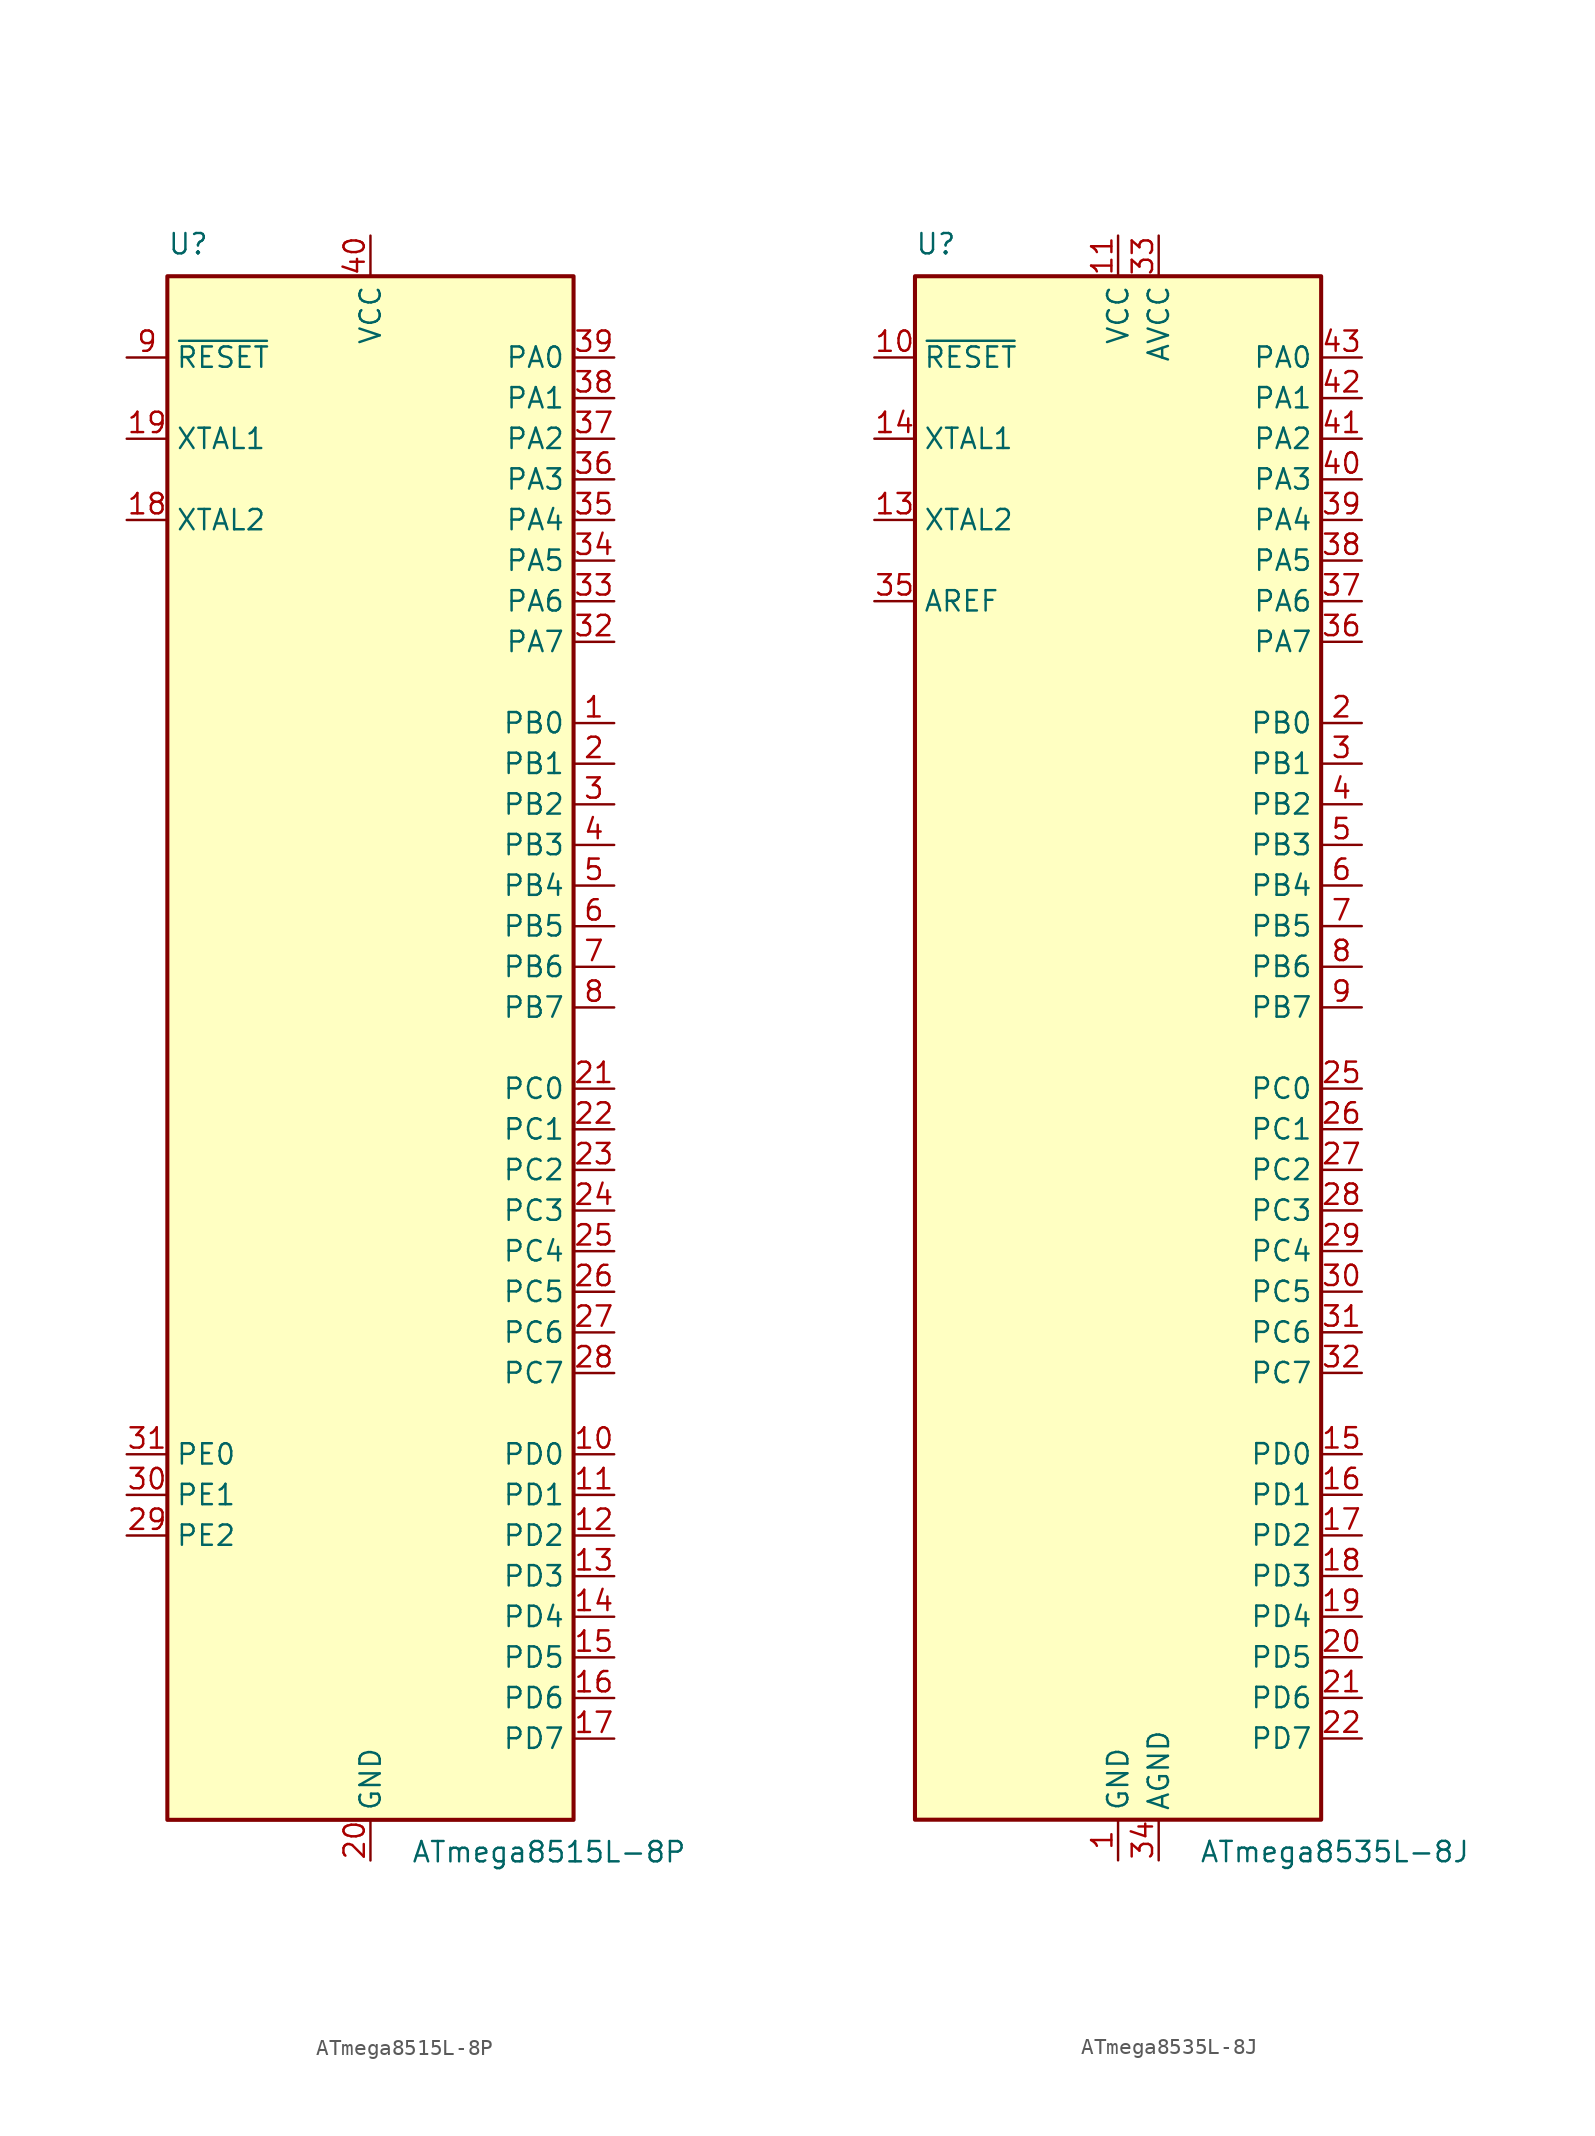
<source format=kicad_sym>
(kicad_symbol_lib
  (version 20220914)
  (generator kicad_symbol_editor)
  (symbol "ATmega8515L-8P"
    (property "Reference" "U"
      (at -12.7 49.53 0)
      (effects (font (size 1.27 1.27)) (justify left bottom)))
    (property "Value" "ATmega8515L-8P"
      (at 2.54 -49.53 0)
      (effects (font (size 1.27 1.27)) (justify left top)))
    (symbol "ATmega8515L-8P_0_1"
      (rectangle (start -12.7 -48.26) (end 12.7 48.26) (stroke (width 0.254) (type default)) (fill (type background))))
    (symbol "ATmega8515L-8P_1_1"
      (pin bidirectional line (at 15.24 20.32 180) (length 2.54) (name "PB0" (effects (font (size 1.27 1.27)))) (number "1" (effects (font (size 1.27 1.27)))))
      (pin bidirectional line (at 15.24 -25.4 180) (length 2.54) (name "PD0" (effects (font (size 1.27 1.27)))) (number "10" (effects (font (size 1.27 1.27)))))
      (pin bidirectional line (at 15.24 -27.94 180) (length 2.54) (name "PD1" (effects (font (size 1.27 1.27)))) (number "11" (effects (font (size 1.27 1.27)))))
      (pin bidirectional line (at 15.24 -30.48 180) (length 2.54) (name "PD2" (effects (font (size 1.27 1.27)))) (number "12" (effects (font (size 1.27 1.27)))))
      (pin bidirectional line (at 15.24 -33.02 180) (length 2.54) (name "PD3" (effects (font (size 1.27 1.27)))) (number "13" (effects (font (size 1.27 1.27)))))
      (pin bidirectional line (at 15.24 -35.56 180) (length 2.54) (name "PD4" (effects (font (size 1.27 1.27)))) (number "14" (effects (font (size 1.27 1.27)))))
      (pin bidirectional line (at 15.24 -38.1 180) (length 2.54) (name "PD5" (effects (font (size 1.27 1.27)))) (number "15" (effects (font (size 1.27 1.27)))))
      (pin bidirectional line (at 15.24 -40.64 180) (length 2.54) (name "PD6" (effects (font (size 1.27 1.27)))) (number "16" (effects (font (size 1.27 1.27)))))
      (pin bidirectional line (at 15.24 -43.18 180) (length 2.54) (name "PD7" (effects (font (size 1.27 1.27)))) (number "17" (effects (font (size 1.27 1.27)))))
      (pin output line (at -15.24 33.02 0) (length 2.54) (name "XTAL2" (effects (font (size 1.27 1.27)))) (number "18" (effects (font (size 1.27 1.27)))))
      (pin input line (at -15.24 38.1 0) (length 2.54) (name "XTAL1" (effects (font (size 1.27 1.27)))) (number "19" (effects (font (size 1.27 1.27)))))
      (pin bidirectional line (at 15.24 17.78 180) (length 2.54) (name "PB1" (effects (font (size 1.27 1.27)))) (number "2" (effects (font (size 1.27 1.27)))))
      (pin power_in line (at 0 -50.8 90) (length 2.54) (name "GND" (effects (font (size 1.27 1.27)))) (number "20" (effects (font (size 1.27 1.27)))))
      (pin bidirectional line (at 15.24 -2.54 180) (length 2.54) (name "PC0" (effects (font (size 1.27 1.27)))) (number "21" (effects (font (size 1.27 1.27)))))
      (pin bidirectional line (at 15.24 -5.08 180) (length 2.54) (name "PC1" (effects (font (size 1.27 1.27)))) (number "22" (effects (font (size 1.27 1.27)))))
      (pin bidirectional line (at 15.24 -7.62 180) (length 2.54) (name "PC2" (effects (font (size 1.27 1.27)))) (number "23" (effects (font (size 1.27 1.27)))))
      (pin bidirectional line (at 15.24 -10.16 180) (length 2.54) (name "PC3" (effects (font (size 1.27 1.27)))) (number "24" (effects (font (size 1.27 1.27)))))
      (pin bidirectional line (at 15.24 -12.7 180) (length 2.54) (name "PC4" (effects (font (size 1.27 1.27)))) (number "25" (effects (font (size 1.27 1.27)))))
      (pin bidirectional line (at 15.24 -15.24 180) (length 2.54) (name "PC5" (effects (font (size 1.27 1.27)))) (number "26" (effects (font (size 1.27 1.27)))))
      (pin bidirectional line (at 15.24 -17.78 180) (length 2.54) (name "PC6" (effects (font (size 1.27 1.27)))) (number "27" (effects (font (size 1.27 1.27)))))
      (pin bidirectional line (at 15.24 -20.32 180) (length 2.54) (name "PC7" (effects (font (size 1.27 1.27)))) (number "28" (effects (font (size 1.27 1.27)))))
      (pin bidirectional line (at -15.24 -30.48 0) (length 2.54) (name "PE2" (effects (font (size 1.27 1.27)))) (number "29" (effects (font (size 1.27 1.27)))))
      (pin bidirectional line (at 15.24 15.24 180) (length 2.54) (name "PB2" (effects (font (size 1.27 1.27)))) (number "3" (effects (font (size 1.27 1.27)))))
      (pin bidirectional line (at -15.24 -27.94 0) (length 2.54) (name "PE1" (effects (font (size 1.27 1.27)))) (number "30" (effects (font (size 1.27 1.27)))))
      (pin bidirectional line (at -15.24 -25.4 0) (length 2.54) (name "PE0" (effects (font (size 1.27 1.27)))) (number "31" (effects (font (size 1.27 1.27)))))
      (pin bidirectional line (at 15.24 25.4 180) (length 2.54) (name "PA7" (effects (font (size 1.27 1.27)))) (number "32" (effects (font (size 1.27 1.27)))))
      (pin bidirectional line (at 15.24 27.94 180) (length 2.54) (name "PA6" (effects (font (size 1.27 1.27)))) (number "33" (effects (font (size 1.27 1.27)))))
      (pin bidirectional line (at 15.24 30.48 180) (length 2.54) (name "PA5" (effects (font (size 1.27 1.27)))) (number "34" (effects (font (size 1.27 1.27)))))
      (pin bidirectional line (at 15.24 33.02 180) (length 2.54) (name "PA4" (effects (font (size 1.27 1.27)))) (number "35" (effects (font (size 1.27 1.27)))))
      (pin bidirectional line (at 15.24 35.56 180) (length 2.54) (name "PA3" (effects (font (size 1.27 1.27)))) (number "36" (effects (font (size 1.27 1.27)))))
      (pin bidirectional line (at 15.24 38.1 180) (length 2.54) (name "PA2" (effects (font (size 1.27 1.27)))) (number "37" (effects (font (size 1.27 1.27)))))
      (pin bidirectional line (at 15.24 40.64 180) (length 2.54) (name "PA1" (effects (font (size 1.27 1.27)))) (number "38" (effects (font (size 1.27 1.27)))))
      (pin bidirectional line (at 15.24 43.18 180) (length 2.54) (name "PA0" (effects (font (size 1.27 1.27)))) (number "39" (effects (font (size 1.27 1.27)))))
      (pin bidirectional line (at 15.24 12.7 180) (length 2.54) (name "PB3" (effects (font (size 1.27 1.27)))) (number "4" (effects (font (size 1.27 1.27)))))
      (pin power_in line (at 0 50.8 270) (length 2.54) (name "VCC" (effects (font (size 1.27 1.27)))) (number "40" (effects (font (size 1.27 1.27)))))
      (pin bidirectional line (at 15.24 10.16 180) (length 2.54) (name "PB4" (effects (font (size 1.27 1.27)))) (number "5" (effects (font (size 1.27 1.27)))))
      (pin bidirectional line (at 15.24 7.62 180) (length 2.54) (name "PB5" (effects (font (size 1.27 1.27)))) (number "6" (effects (font (size 1.27 1.27)))))
      (pin bidirectional line (at 15.24 5.08 180) (length 2.54) (name "PB6" (effects (font (size 1.27 1.27)))) (number "7" (effects (font (size 1.27 1.27)))))
      (pin bidirectional line (at 15.24 2.54 180) (length 2.54) (name "PB7" (effects (font (size 1.27 1.27)))) (number "8" (effects (font (size 1.27 1.27)))))
      (pin input line (at -15.24 43.18 0) (length 2.54) (name "~{RESET}" (effects (font (size 1.27 1.27)))) (number "9" (effects (font (size 1.27 1.27)))))))
  (symbol "ATmega8535L-8J"
    (property "Reference" "U"
      (at -12.7 49.53 0)
      (effects (font (size 1.27 1.27)) (justify left bottom)))
    (property "Value" "ATmega8535L-8J"
      (at 5.08 -49.53 0)
      (effects (font (size 1.27 1.27)) (justify left top)))
    (symbol "ATmega8535L-8J_0_1"
      (rectangle (start -12.7 -48.26) (end 12.7 48.26) (stroke (width 0.254) (type default)) (fill (type background))))
    (symbol "ATmega8535L-8J_1_1"
      (pin power_in line (at 0 -50.8 90) (length 2.54) (name "GND" (effects (font (size 1.27 1.27)))) (number "1" (effects (font (size 1.27 1.27)))))
      (pin input line (at -15.24 43.18 0) (length 2.54) (name "~{RESET}" (effects (font (size 1.27 1.27)))) (number "10" (effects (font (size 1.27 1.27)))))
      (pin power_in line (at 0 50.8 270) (length 2.54) (name "VCC" (effects (font (size 1.27 1.27)))) (number "11" (effects (font (size 1.27 1.27)))))
      (pin passive line (at 0 -50.8 90) (length 2.54) hide (name "GND" (effects (font (size 1.27 1.27)))) (number "12" (effects (font (size 1.27 1.27)))))
      (pin output line (at -15.24 33.02 0) (length 2.54) (name "XTAL2" (effects (font (size 1.27 1.27)))) (number "13" (effects (font (size 1.27 1.27)))))
      (pin input line (at -15.24 38.1 0) (length 2.54) (name "XTAL1" (effects (font (size 1.27 1.27)))) (number "14" (effects (font (size 1.27 1.27)))))
      (pin bidirectional line (at 15.24 -25.4 180) (length 2.54) (name "PD0" (effects (font (size 1.27 1.27)))) (number "15" (effects (font (size 1.27 1.27)))))
      (pin bidirectional line (at 15.24 -27.94 180) (length 2.54) (name "PD1" (effects (font (size 1.27 1.27)))) (number "16" (effects (font (size 1.27 1.27)))))
      (pin bidirectional line (at 15.24 -30.48 180) (length 2.54) (name "PD2" (effects (font (size 1.27 1.27)))) (number "17" (effects (font (size 1.27 1.27)))))
      (pin bidirectional line (at 15.24 -33.02 180) (length 2.54) (name "PD3" (effects (font (size 1.27 1.27)))) (number "18" (effects (font (size 1.27 1.27)))))
      (pin bidirectional line (at 15.24 -35.56 180) (length 2.54) (name "PD4" (effects (font (size 1.27 1.27)))) (number "19" (effects (font (size 1.27 1.27)))))
      (pin bidirectional line (at 15.24 20.32 180) (length 2.54) (name "PB0" (effects (font (size 1.27 1.27)))) (number "2" (effects (font (size 1.27 1.27)))))
      (pin bidirectional line (at 15.24 -38.1 180) (length 2.54) (name "PD5" (effects (font (size 1.27 1.27)))) (number "20" (effects (font (size 1.27 1.27)))))
      (pin bidirectional line (at 15.24 -40.64 180) (length 2.54) (name "PD6" (effects (font (size 1.27 1.27)))) (number "21" (effects (font (size 1.27 1.27)))))
      (pin bidirectional line (at 15.24 -43.18 180) (length 2.54) (name "PD7" (effects (font (size 1.27 1.27)))) (number "22" (effects (font (size 1.27 1.27)))))
      (pin passive line (at 0 50.8 270) (length 2.54) hide (name "VCC" (effects (font (size 1.27 1.27)))) (number "23" (effects (font (size 1.27 1.27)))))
      (pin passive line (at 0 -50.8 90) (length 2.54) hide (name "GND" (effects (font (size 1.27 1.27)))) (number "24" (effects (font (size 1.27 1.27)))))
      (pin bidirectional line (at 15.24 -2.54 180) (length 2.54) (name "PC0" (effects (font (size 1.27 1.27)))) (number "25" (effects (font (size 1.27 1.27)))))
      (pin bidirectional line (at 15.24 -5.08 180) (length 2.54) (name "PC1" (effects (font (size 1.27 1.27)))) (number "26" (effects (font (size 1.27 1.27)))))
      (pin bidirectional line (at 15.24 -7.62 180) (length 2.54) (name "PC2" (effects (font (size 1.27 1.27)))) (number "27" (effects (font (size 1.27 1.27)))))
      (pin bidirectional line (at 15.24 -10.16 180) (length 2.54) (name "PC3" (effects (font (size 1.27 1.27)))) (number "28" (effects (font (size 1.27 1.27)))))
      (pin bidirectional line (at 15.24 -12.7 180) (length 2.54) (name "PC4" (effects (font (size 1.27 1.27)))) (number "29" (effects (font (size 1.27 1.27)))))
      (pin bidirectional line (at 15.24 17.78 180) (length 2.54) (name "PB1" (effects (font (size 1.27 1.27)))) (number "3" (effects (font (size 1.27 1.27)))))
      (pin bidirectional line (at 15.24 -15.24 180) (length 2.54) (name "PC5" (effects (font (size 1.27 1.27)))) (number "30" (effects (font (size 1.27 1.27)))))
      (pin bidirectional line (at 15.24 -17.78 180) (length 2.54) (name "PC6" (effects (font (size 1.27 1.27)))) (number "31" (effects (font (size 1.27 1.27)))))
      (pin bidirectional line (at 15.24 -20.32 180) (length 2.54) (name "PC7" (effects (font (size 1.27 1.27)))) (number "32" (effects (font (size 1.27 1.27)))))
      (pin power_in line (at 2.54 50.8 270) (length 2.54) (name "AVCC" (effects (font (size 1.27 1.27)))) (number "33" (effects (font (size 1.27 1.27)))))
      (pin power_in line (at 2.54 -50.8 90) (length 2.54) (name "AGND" (effects (font (size 1.27 1.27)))) (number "34" (effects (font (size 1.27 1.27)))))
      (pin passive line (at -15.24 27.94 0) (length 2.54) (name "AREF" (effects (font (size 1.27 1.27)))) (number "35" (effects (font (size 1.27 1.27)))))
      (pin bidirectional line (at 15.24 25.4 180) (length 2.54) (name "PA7" (effects (font (size 1.27 1.27)))) (number "36" (effects (font (size 1.27 1.27)))))
      (pin bidirectional line (at 15.24 27.94 180) (length 2.54) (name "PA6" (effects (font (size 1.27 1.27)))) (number "37" (effects (font (size 1.27 1.27)))))
      (pin bidirectional line (at 15.24 30.48 180) (length 2.54) (name "PA5" (effects (font (size 1.27 1.27)))) (number "38" (effects (font (size 1.27 1.27)))))
      (pin bidirectional line (at 15.24 33.02 180) (length 2.54) (name "PA4" (effects (font (size 1.27 1.27)))) (number "39" (effects (font (size 1.27 1.27)))))
      (pin bidirectional line (at 15.24 15.24 180) (length 2.54) (name "PB2" (effects (font (size 1.27 1.27)))) (number "4" (effects (font (size 1.27 1.27)))))
      (pin bidirectional line (at 15.24 35.56 180) (length 2.54) (name "PA3" (effects (font (size 1.27 1.27)))) (number "40" (effects (font (size 1.27 1.27)))))
      (pin bidirectional line (at 15.24 38.1 180) (length 2.54) (name "PA2" (effects (font (size 1.27 1.27)))) (number "41" (effects (font (size 1.27 1.27)))))
      (pin bidirectional line (at 15.24 40.64 180) (length 2.54) (name "PA1" (effects (font (size 1.27 1.27)))) (number "42" (effects (font (size 1.27 1.27)))))
      (pin bidirectional line (at 15.24 43.18 180) (length 2.54) (name "PA0" (effects (font (size 1.27 1.27)))) (number "43" (effects (font (size 1.27 1.27)))))
      (pin passive line (at 0 50.8 270) (length 2.54) hide (name "VCC" (effects (font (size 1.27 1.27)))) (number "44" (effects (font (size 1.27 1.27)))))
      (pin bidirectional line (at 15.24 12.7 180) (length 2.54) (name "PB3" (effects (font (size 1.27 1.27)))) (number "5" (effects (font (size 1.27 1.27)))))
      (pin bidirectional line (at 15.24 10.16 180) (length 2.54) (name "PB4" (effects (font (size 1.27 1.27)))) (number "6" (effects (font (size 1.27 1.27)))))
      (pin bidirectional line (at 15.24 7.62 180) (length 2.54) (name "PB5" (effects (font (size 1.27 1.27)))) (number "7" (effects (font (size 1.27 1.27)))))
      (pin bidirectional line (at 15.24 5.08 180) (length 2.54) (name "PB6" (effects (font (size 1.27 1.27)))) (number "8" (effects (font (size 1.27 1.27)))))
      (pin bidirectional line (at 15.24 2.54 180) (length 2.54) (name "PB7" (effects (font (size 1.27 1.27)))) (number "9" (effects (font (size 1.27 1.27))))))))
</source>
